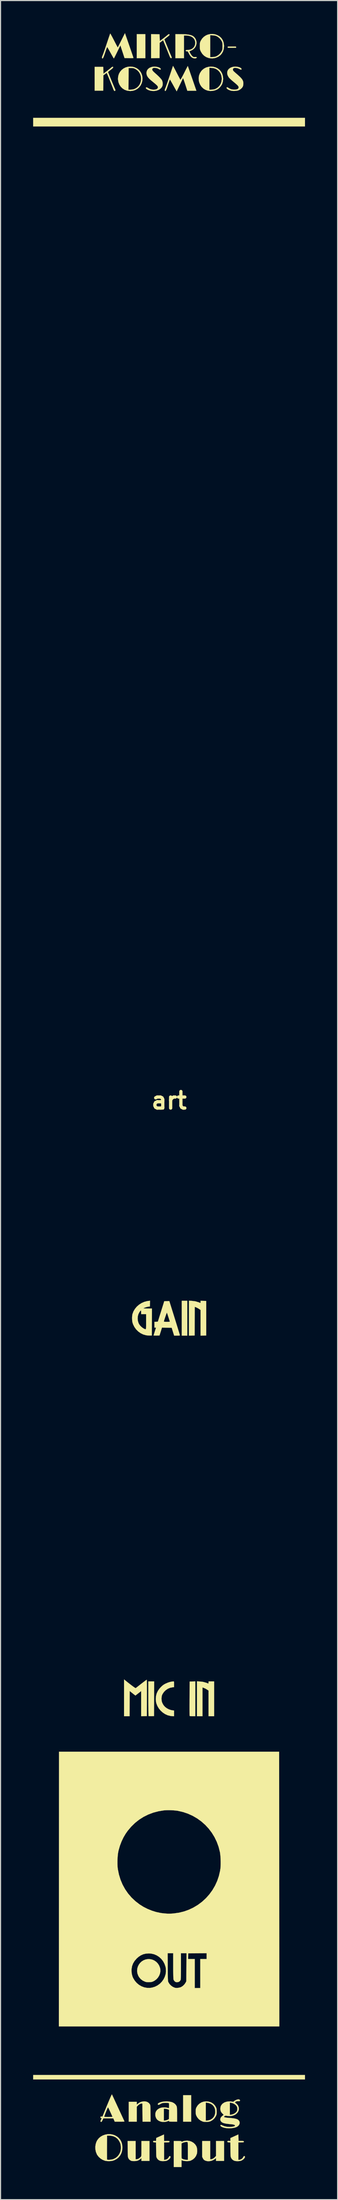
<source format=kicad_pcb>
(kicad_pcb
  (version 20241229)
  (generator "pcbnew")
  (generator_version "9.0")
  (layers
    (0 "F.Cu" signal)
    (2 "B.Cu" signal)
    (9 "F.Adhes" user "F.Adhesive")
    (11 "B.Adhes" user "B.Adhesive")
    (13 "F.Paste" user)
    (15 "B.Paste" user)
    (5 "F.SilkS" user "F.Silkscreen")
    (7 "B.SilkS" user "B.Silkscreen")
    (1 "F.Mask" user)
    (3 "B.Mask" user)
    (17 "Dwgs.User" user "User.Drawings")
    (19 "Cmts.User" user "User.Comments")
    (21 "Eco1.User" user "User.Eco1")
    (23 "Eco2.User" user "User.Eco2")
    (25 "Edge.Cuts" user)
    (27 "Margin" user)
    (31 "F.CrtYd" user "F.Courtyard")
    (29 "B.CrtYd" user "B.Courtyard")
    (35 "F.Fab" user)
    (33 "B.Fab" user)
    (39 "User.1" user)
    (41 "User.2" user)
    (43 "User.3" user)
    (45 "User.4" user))
  (footprint "art"
    (layer "F.Cu")
    (at 12.514 98.262)
    (property "Reference" "art" (at 0 0 0) (layer "F.SilkS") (effects (font (size 1.524 1.524) (thickness 0.3))))
    (attr through_hole)
    (fp_poly (pts (xy -2.187 -95.956) (xy -2.975 -95.956) (xy -2.975 -98.168) (xy -2.187 -98.168) (xy -2.187 -95.956)) (stroke (width 0.01) (type solid)) (fill yes) (layer "F.SilkS"))
    (fp_poly (pts (xy 1.678 21.637) (xy 1.17 21.637) (xy 1.17 18.433) (xy 1.678 18.433) (xy 1.678 21.637)) (stroke (width 0.01) (type solid)) (fill yes) (layer "F.SilkS"))
    (fp_poly (pts (xy 2.034 93.998) (xy 1.297 93.998) (xy 1.297 91.557) (xy 2.034 91.557) (xy 2.034 93.998)) (stroke (width 0.01) (type solid)) (fill yes) (layer "F.SilkS"))
    (fp_poly (pts (xy 12.509 -89.675) (xy -12.509 -89.675) (xy -12.509 -90.464) (xy 12.509 -90.464) (xy 12.509 -89.675)) (stroke (width 0.01) (type solid)) (fill yes) (layer "F.SilkS"))
    (fp_poly (pts (xy 12.509 90.108) (xy -12.509 90.108) (xy -12.509 89.701) (xy 12.509 89.701) (xy 12.509 90.108)) (stroke (width 0.01) (type solid)) (fill yes) (layer "F.SilkS"))
    (fp_poly (pts (xy 2.415 56.673) (xy 2.16 56.673) (xy 2.03 56.671) (xy 1.945 56.663) (xy 1.901 56.65) (xy 1.893 56.641) (xy 1.891 56.611) (xy 1.889 56.534) (xy 1.888 56.415) (xy 1.887 56.259) (xy 1.886 56.07) (xy 1.886 55.852) (xy 1.886 55.61) (xy 1.887 55.349) (xy 1.887 55.072) (xy 1.888 55.046) (xy 1.894 53.482) (xy 2.415 53.468) (xy 2.415 56.673)) (stroke (width 0.01) (type solid)) (fill yes) (layer "F.SilkS"))
    (fp_poly (pts (xy -1.379 55.065) (xy -1.386 56.661) (xy -1.628 56.668) (xy -1.735 56.669) (xy -1.822 56.667) (xy -1.877 56.661) (xy -1.889 56.657) (xy -1.892 56.629) (xy -1.895 56.555) (xy -1.898 56.438) (xy -1.9 56.284) (xy -1.903 56.097) (xy -1.904 55.88) (xy -1.906 55.639) (xy -1.907 55.378) (xy -1.907 55.101) (xy -1.907 55.055) (xy -1.907 53.47) (xy -1.373 53.47) (xy -1.379 55.065)) (stroke (width 0.01) (type solid)) (fill yes) (layer "F.SilkS"))
    (fp_poly (pts (xy 2.841 53.477) (xy 3.116 53.51) (xy 3.39 53.583) (xy 3.591 53.66) (xy 3.62 53.665) (xy 3.633 53.641) (xy 3.636 53.577) (xy 3.636 53.574) (xy 3.636 53.47) (xy 4.144 53.47) (xy 4.144 56.673) (xy 3.636 56.673) (xy 3.636 54.317) (xy 3.522 54.236) (xy 3.374 54.145) (xy 3.212 54.07) (xy 3.134 54.043) (xy 3.076 54.026) (xy 3.076 56.673) (xy 2.568 56.673) (xy 2.568 53.462) (xy 2.841 53.477)) (stroke (width 0.01) (type solid)) (fill yes) (layer "F.SilkS"))
    (fp_poly (pts (xy 3.788 97.456) (xy 3.872 97.456) (xy 3.959 97.437) (xy 4.062 97.387) (xy 4.165 97.315) (xy 4.252 97.23) (xy 4.253 97.229) (xy 4.322 97.147) (xy 4.322 95.778) (xy 5.06 95.778) (xy 5.06 97.608) (xy 4.322 97.608) (xy 4.322 97.35) (xy 4.219 97.432) (xy 4.055 97.535) (xy 3.874 97.603) (xy 3.687 97.635) (xy 3.504 97.628) (xy 3.338 97.581) (xy 3.312 97.569) (xy 3.224 97.517) (xy 3.164 97.456) (xy 3.116 97.373) (xy 3.051 97.242) (xy 3.051 95.778) (xy 3.788 95.778) (xy 3.788 97.456)) (stroke (width 0.01) (type solid)) (fill yes) (layer "F.SilkS"))
    (fp_poly (pts (xy 2.104 18.439) (xy 2.415 18.479) (xy 2.722 18.569) (xy 2.854 18.623) (xy 2.882 18.628) (xy 2.895 18.605) (xy 2.898 18.542) (xy 2.898 18.537) (xy 2.898 18.432) (xy 3.159 18.439) (xy 3.42 18.446) (xy 3.42 21.624) (xy 3.159 21.632) (xy 2.898 21.639) (xy 2.898 19.279) (xy 2.816 19.216) (xy 2.733 19.161) (xy 2.628 19.101) (xy 2.52 19.047) (xy 2.431 19.01) (xy 2.422 19.007) (xy 2.365 18.99) (xy 2.358 20.307) (xy 2.352 21.624) (xy 2.091 21.632) (xy 1.831 21.639) (xy 1.831 18.426) (xy 2.104 18.439)) (stroke (width 0.01) (type solid)) (fill yes) (layer "F.SilkS"))
    (fp_poly (pts (xy 5.909 -97.025) (xy 6.017 -97.025) (xy 6.098 -97.025) (xy 6.139 -97.024) (xy 6.14 -97.024) (xy 6.166 -97.005) (xy 6.179 -96.964) (xy 6.173 -96.928) (xy 6.159 -96.919) (xy 6.118 -96.917) (xy 6.041 -96.915) (xy 5.937 -96.914) (xy 5.82 -96.913) (xy 5.699 -96.913) (xy 5.587 -96.913) (xy 5.495 -96.914) (xy 5.434 -96.916) (xy 5.416 -96.917) (xy 5.393 -96.946) (xy 5.394 -96.989) (xy 5.415 -97.021) (xy 5.428 -97.024) (xy 5.467 -97.025) (xy 5.546 -97.025) (xy 5.653 -97.025) (xy 5.777 -97.025) (xy 5.784 -97.025) (xy 5.909 -97.025)) (stroke (width 0.01) (type solid)) (fill yes) (layer "F.SilkS"))
    (fp_poly (pts (xy -2.133 92.141) (xy -1.979 92.196) (xy -1.851 92.287) (xy -1.758 92.409) (xy -1.746 92.437) (xy -1.736 92.477) (xy -1.728 92.534) (xy -1.722 92.613) (xy -1.717 92.722) (xy -1.714 92.864) (xy -1.71 93.047) (xy -1.708 93.241) (xy -1.7 93.998) (xy -2.44 93.998) (xy -2.447 93.165) (xy -2.454 92.332) (xy -2.522 92.325) (xy -2.61 92.336) (xy -2.714 92.383) (xy -2.819 92.46) (xy -2.881 92.521) (xy -2.975 92.625) (xy -2.975 93.998) (xy -3.712 93.998) (xy -3.712 92.167) (xy -2.975 92.167) (xy -2.975 92.426) (xy -2.879 92.352) (xy -2.771 92.273) (xy -2.681 92.219) (xy -2.591 92.182) (xy -2.49 92.152) (xy -2.305 92.126) (xy -2.133 92.141)) (stroke (width 0.01) (type solid)) (fill yes) (layer "F.SilkS"))
    (fp_poly (pts (xy -1.8 79.029) (xy -1.578 79.069) (xy -1.373 79.153) (xy -1.19 79.276) (xy -1.035 79.434) (xy -0.914 79.622) (xy -0.833 79.833) (xy -0.811 79.931) (xy -0.799 80.141) (xy -0.833 80.35) (xy -0.91 80.55) (xy -1.025 80.735) (xy -1.174 80.896) (xy -1.353 81.027) (xy -1.419 81.062) (xy -1.507 81.102) (xy -1.583 81.128) (xy -1.666 81.142) (xy -1.773 81.149) (xy -1.829 81.151) (xy -1.971 81.152) (xy -2.078 81.144) (xy -2.168 81.124) (xy -2.2 81.114) (xy -2.422 81.01) (xy -2.607 80.872) (xy -2.756 80.698) (xy -2.837 80.559) (xy -2.913 80.349) (xy -2.944 80.138) (xy -2.93 79.93) (xy -2.878 79.732) (xy -2.789 79.548) (xy -2.667 79.383) (xy -2.517 79.244) (xy -2.341 79.135) (xy -2.143 79.061) (xy -1.928 79.028) (xy -1.8 79.029)) (stroke (width 0.01) (type solid)) (fill yes) (layer "F.SilkS"))
    (fp_poly (pts (xy -3.076 97.456) (xy -2.979 97.456) (xy -2.883 97.435) (xy -2.775 97.381) (xy -2.668 97.299) (xy -2.601 97.23) (xy -2.584 97.208) (xy -2.571 97.185) (xy -2.561 97.152) (xy -2.554 97.105) (xy -2.549 97.037) (xy -2.546 96.942) (xy -2.545 96.813) (xy -2.544 96.645) (xy -2.543 96.47) (xy -2.543 95.778) (xy -1.805 95.778) (xy -1.805 97.608) (xy -2.543 97.608) (xy -2.543 97.349) (xy -2.637 97.431) (xy -2.765 97.525) (xy -2.904 97.585) (xy -3.069 97.618) (xy -3.178 97.625) (xy -3.288 97.625) (xy -3.388 97.619) (xy -3.459 97.608) (xy -3.471 97.604) (xy -3.608 97.531) (xy -3.707 97.428) (xy -3.747 97.356) (xy -3.763 97.319) (xy -3.775 97.28) (xy -3.785 97.232) (xy -3.792 97.17) (xy -3.798 97.085) (xy -3.802 96.973) (xy -3.805 96.827) (xy -3.808 96.64) (xy -3.809 96.509) (xy -3.817 95.778) (xy -3.076 95.778) (xy -3.076 97.456)) (stroke (width 0.01) (type solid)) (fill yes) (layer "F.SilkS"))
    (fp_poly (pts (xy -4.036 53.373) (xy -3.816 53.55) (xy -3.62 53.705) (xy -3.449 53.835) (xy -3.307 53.941) (xy -3.196 54.019) (xy -3.118 54.068) (xy -3.075 54.087) (xy -3.069 54.086) (xy -3.041 54.064) (xy -2.979 54.015) (xy -2.889 53.945) (xy -2.776 53.857) (xy -2.648 53.756) (xy -2.562 53.689) (xy -2.427 53.585) (xy -2.305 53.492) (xy -2.201 53.414) (xy -2.122 53.357) (xy -2.073 53.323) (xy -2.06 53.317) (xy -2.054 53.34) (xy -2.049 53.41) (xy -2.045 53.526) (xy -2.042 53.69) (xy -2.04 53.903) (xy -2.039 54.164) (xy -2.039 54.475) (xy -2.04 54.836) (xy -2.04 54.989) (xy -2.047 56.661) (xy -2.307 56.668) (xy -2.568 56.675) (xy -2.568 54.355) (xy -2.74 54.489) (xy -2.833 54.562) (xy -2.924 54.633) (xy -2.995 54.69) (xy -3.004 54.697) (xy -3.097 54.771) (xy -3.36 54.563) (xy -3.623 54.355) (xy -3.63 55.514) (xy -3.636 56.673) (xy -4.144 56.673) (xy -4.144 53.286) (xy -4.036 53.373)) (stroke (width 0.01) (type solid)) (fill yes) (layer "F.SilkS"))
    (fp_poly (pts (xy 0.424 53.471) (xy 0.441 53.483) (xy 0.452 53.512) (xy 0.456 53.57) (xy 0.458 53.664) (xy 0.458 53.733) (xy 0.458 53.997) (xy 0.311 54.01) (xy 0.09 54.056) (xy -0.119 54.146) (xy -0.309 54.275) (xy -0.471 54.437) (xy -0.599 54.626) (xy -0.653 54.747) (xy -0.679 54.852) (xy -0.694 54.993) (xy -0.696 55.071) (xy -0.684 55.246) (xy -0.643 55.403) (xy -0.569 55.559) (xy -0.481 55.694) (xy -0.359 55.826) (xy -0.2 55.944) (xy -0.017 56.04) (xy 0.177 56.106) (xy 0.324 56.133) (xy 0.458 56.146) (xy 0.458 56.673) (xy 0.362 56.67) (xy 0.281 56.665) (xy 0.179 56.654) (xy 0.12 56.646) (xy -0.125 56.585) (xy -0.361 56.479) (xy -0.58 56.334) (xy -0.777 56.156) (xy -0.946 55.949) (xy -1.08 55.721) (xy -1.173 55.476) (xy -1.182 55.441) (xy -1.201 55.339) (xy -1.215 55.212) (xy -1.22 55.087) (xy -1.22 55.076) (xy -1.2 54.812) (xy -1.137 54.568) (xy -1.029 54.34) (xy -0.874 54.123) (xy -0.751 53.988) (xy -0.64 53.882) (xy -0.543 53.802) (xy -0.441 53.735) (xy -0.316 53.669) (xy -0.305 53.664) (xy -0.136 53.591) (xy 0.043 53.531) (xy 0.216 53.49) (xy 0.366 53.47) (xy 0.396 53.47) (xy 0.424 53.471)) (stroke (width 0.01) (type solid)) (fill yes) (layer "F.SilkS"))
    (fp_poly (pts (xy 4.067 -95.165) (xy 4.279 -95.11) (xy 4.476 -95.015) (xy 4.649 -94.882) (xy 4.661 -94.87) (xy 4.798 -94.699) (xy 4.897 -94.5) (xy 4.958 -94.283) (xy 4.979 -94.055) (xy 4.958 -93.827) (xy 4.895 -93.606) (xy 4.873 -93.555) (xy 4.792 -93.417) (xy 4.679 -93.279) (xy 4.55 -93.158) (xy 4.428 -93.075) (xy 4.23 -92.993) (xy 4.01 -92.946) (xy 3.784 -92.936) (xy 3.571 -92.965) (xy 3.351 -93.044) (xy 3.339 -93.051) (xy 3.712 -93.051) (xy 3.935 -93.062) (xy 4.069 -93.073) (xy 4.173 -93.093) (xy 4.267 -93.127) (xy 4.303 -93.143) (xy 4.487 -93.258) (xy 4.636 -93.408) (xy 4.749 -93.587) (xy 4.822 -93.791) (xy 4.852 -94.013) (xy 4.85 -94.134) (xy 4.815 -94.352) (xy 4.742 -94.542) (xy 4.627 -94.714) (xy 4.588 -94.758) (xy 4.436 -94.895) (xy 4.27 -94.988) (xy 4.081 -95.043) (xy 3.922 -95.061) (xy 3.712 -95.072) (xy 3.712 -93.051) (xy 3.339 -93.051) (xy 3.158 -93.163) (xy 2.995 -93.319) (xy 2.867 -93.508) (xy 2.778 -93.726) (xy 2.739 -93.898) (xy 2.726 -94.134) (xy 2.761 -94.363) (xy 2.842 -94.577) (xy 2.965 -94.77) (xy 3.043 -94.857) (xy 3.216 -94.997) (xy 3.413 -95.097) (xy 3.625 -95.159) (xy 3.846 -95.181) (xy 4.067 -95.165)) (stroke (width 0.01) (type solid)) (fill yes) (layer "F.SilkS"))
    (fp_poly (pts (xy -5.153 -95.149) (xy -5.15 -95.144) (xy -5.143 -95.113) (xy -5.161 -95.074) (xy -5.208 -95.022) (xy -5.289 -94.952) (xy -5.392 -94.871) (xy -5.483 -94.8) (xy -5.556 -94.741) (xy -5.604 -94.699) (xy -5.619 -94.682) (xy -5.61 -94.655) (xy -5.584 -94.588) (xy -5.543 -94.487) (xy -5.492 -94.359) (xy -5.432 -94.212) (xy -5.366 -94.051) (xy -5.298 -93.884) (xy -5.229 -93.717) (xy -5.162 -93.557) (xy -5.101 -93.41) (xy -5.048 -93.284) (xy -5.006 -93.185) (xy -4.978 -93.12) (xy -4.97 -93.103) (xy -4.943 -93.037) (xy -4.941 -92.995) (xy -4.957 -92.969) (xy -4.997 -92.934) (xy -5.033 -92.943) (xy -5.065 -92.974) (xy -5.104 -93.035) (xy -5.123 -93.082) (xy -5.136 -93.119) (xy -5.166 -93.195) (xy -5.208 -93.303) (xy -5.261 -93.437) (xy -5.322 -93.588) (xy -5.387 -93.751) (xy -5.453 -93.916) (xy -5.518 -94.078) (xy -5.579 -94.229) (xy -5.633 -94.36) (xy -5.677 -94.467) (xy -5.701 -94.525) (xy -5.736 -94.608) (xy -5.893 -94.491) (xy -6.05 -94.375) (xy -6.064 -92.968) (xy -6.852 -92.968) (xy -6.852 -95.155) (xy -6.064 -95.155) (xy -6.039 -94.528) (xy -5.733 -94.761) (xy -5.618 -94.85) (xy -5.509 -94.936) (xy -5.417 -95.011) (xy -5.353 -95.067) (xy -5.338 -95.08) (xy -5.259 -95.143) (xy -5.196 -95.167) (xy -5.153 -95.149)) (stroke (width 0.01) (type solid)) (fill yes) (layer "F.SilkS"))
    (fp_poly (pts (xy -3.348 -95.163) (xy -3.191 -95.124) (xy -2.985 -95.034) (xy -2.808 -94.906) (xy -2.662 -94.744) (xy -2.551 -94.556) (xy -2.478 -94.347) (xy -2.446 -94.122) (xy -2.46 -93.888) (xy -2.461 -93.88) (xy -2.524 -93.647) (xy -2.625 -93.441) (xy -2.762 -93.266) (xy -2.93 -93.125) (xy -3.122 -93.021) (xy -3.336 -92.956) (xy -3.565 -92.933) (xy -3.805 -92.957) (xy -3.891 -92.976) (xy -4.091 -93.052) (xy -3.738 -93.052) (xy -3.515 -93.061) (xy -3.383 -93.071) (xy -3.279 -93.09) (xy -3.182 -93.123) (xy -3.133 -93.144) (xy -2.953 -93.252) (xy -2.808 -93.39) (xy -2.697 -93.553) (xy -2.622 -93.732) (xy -2.582 -93.923) (xy -2.576 -94.119) (xy -2.605 -94.313) (xy -2.669 -94.499) (xy -2.767 -94.67) (xy -2.9 -94.82) (xy -3.067 -94.942) (xy -3.147 -94.984) (xy -3.235 -95.02) (xy -3.319 -95.041) (xy -3.418 -95.05) (xy -3.509 -95.052) (xy -3.725 -95.053) (xy -3.731 -94.052) (xy -3.738 -93.052) (xy -4.091 -93.052) (xy -4.105 -93.057) (xy -4.292 -93.178) (xy -4.448 -93.335) (xy -4.571 -93.522) (xy -4.655 -93.734) (xy -4.698 -93.966) (xy -4.703 -94.075) (xy -4.681 -94.306) (xy -4.615 -94.517) (xy -4.51 -94.705) (xy -4.372 -94.867) (xy -4.205 -94.999) (xy -4.015 -95.098) (xy -3.805 -95.161) (xy -3.581 -95.183) (xy -3.348 -95.163)) (stroke (width 0.01) (type solid)) (fill yes) (layer "F.SilkS"))
    (fp_poly (pts (xy -0.463 95.48) (xy -0.456 95.785) (xy -0.242 95.771) (xy -0.099 95.768) (xy -0.005 95.78) (xy 0.042 95.806) (xy 0.04 95.846) (xy 0.028 95.864) (xy -0.002 95.885) (xy -0.054 95.897) (xy -0.139 95.903) (xy -0.232 95.905) (xy -0.458 95.905) (xy -0.458 97.513) (xy -0.357 97.5) (xy -0.223 97.461) (xy -0.113 97.387) (xy -0.039 97.286) (xy -0.035 97.277) (xy 0.012 97.197) (xy 0.059 97.162) (xy 0.104 97.174) (xy 0.118 97.19) (xy 0.134 97.251) (xy 0.11 97.327) (xy 0.049 97.408) (xy -0.041 97.487) (xy -0.13 97.544) (xy -0.207 97.582) (xy -0.278 97.606) (xy -0.362 97.619) (xy -0.477 97.626) (xy -0.496 97.627) (xy -0.661 97.626) (xy -0.782 97.61) (xy -0.825 97.597) (xy -0.955 97.534) (xy -1.052 97.449) (xy -1.119 97.352) (xy -1.138 97.317) (xy -1.153 97.282) (xy -1.164 97.243) (xy -1.173 97.191) (xy -1.179 97.12) (xy -1.183 97.023) (xy -1.186 96.893) (xy -1.188 96.725) (xy -1.19 96.573) (xy -1.198 95.907) (xy -1.33 95.9) (xy -1.411 95.891) (xy -1.454 95.874) (xy -1.47 95.845) (xy -1.471 95.844) (xy -1.462 95.791) (xy -1.41 95.764) (xy -1.316 95.764) (xy -1.304 95.766) (xy -1.198 95.78) (xy -1.19 95.638) (xy -1.182 95.496) (xy -0.47 95.175) (xy -0.463 95.48)) (stroke (width 0.01) (type solid)) (fill yes) (layer "F.SilkS"))
    (fp_poly (pts (xy 6.394 95.765) (xy 6.611 95.765) (xy 6.737 95.768) (xy 6.821 95.778) (xy 6.869 95.796) (xy 6.889 95.825) (xy 6.89 95.84) (xy 6.88 95.869) (xy 6.845 95.888) (xy 6.778 95.899) (xy 6.672 95.904) (xy 6.596 95.905) (xy 6.382 95.905) (xy 6.382 97.507) (xy 6.452 97.506) (xy 6.552 97.488) (xy 6.654 97.442) (xy 6.74 97.38) (xy 6.783 97.327) (xy 6.826 97.255) (xy 6.869 97.193) (xy 6.87 97.192) (xy 6.904 97.156) (xy 6.93 97.158) (xy 6.956 97.181) (xy 6.984 97.217) (xy 6.983 97.26) (xy 6.967 97.302) (xy 6.91 97.39) (xy 6.82 97.477) (xy 6.711 97.551) (xy 6.616 97.594) (xy 6.51 97.618) (xy 6.377 97.63) (xy 6.237 97.63) (xy 6.11 97.619) (xy 6.023 97.599) (xy 5.878 97.526) (xy 5.77 97.422) (xy 5.717 97.335) (xy 5.698 97.296) (xy 5.684 97.257) (xy 5.673 97.211) (xy 5.666 97.151) (xy 5.66 97.071) (xy 5.656 96.962) (xy 5.652 96.82) (xy 5.65 96.636) (xy 5.649 96.559) (xy 5.64 95.905) (xy 5.543 95.905) (xy 5.443 95.898) (xy 5.385 95.875) (xy 5.365 95.835) (xy 5.365 95.827) (xy 5.387 95.782) (xy 5.448 95.76) (xy 5.542 95.764) (xy 5.554 95.766) (xy 5.644 95.783) (xy 5.644 95.506) (xy 6.38 95.173) (xy 6.394 95.765)) (stroke (width 0.01) (type solid)) (fill yes) (layer "F.SilkS"))
    (fp_poly (pts (xy -1.265 -98.162) (xy -0.877 -98.155) (xy -0.864 -97.844) (xy -0.852 -97.533) (xy -0.547 -97.764) (xy -0.431 -97.853) (xy -0.322 -97.938) (xy -0.23 -98.013) (xy -0.165 -98.068) (xy -0.151 -98.081) (xy -0.072 -98.144) (xy -0.009 -98.167) (xy 0.033 -98.149) (xy 0.037 -98.144) (xy 0.044 -98.114) (xy 0.028 -98.077) (xy -0.017 -98.028) (xy -0.094 -97.962) (xy -0.205 -97.876) (xy -0.296 -97.806) (xy -0.369 -97.746) (xy -0.417 -97.705) (xy -0.432 -97.688) (xy -0.423 -97.66) (xy -0.397 -97.592) (xy -0.357 -97.491) (xy -0.305 -97.363) (xy -0.246 -97.215) (xy -0.18 -97.055) (xy -0.112 -96.888) (xy -0.044 -96.722) (xy 0.022 -96.563) (xy 0.082 -96.418) (xy 0.134 -96.295) (xy 0.175 -96.199) (xy 0.202 -96.138) (xy 0.208 -96.125) (xy 0.241 -96.039) (xy 0.238 -95.982) (xy 0.2 -95.959) (xy 0.173 -95.96) (xy 0.126 -95.987) (xy 0.084 -96.056) (xy 0.073 -96.083) (xy 0.043 -96.157) (xy 0.000328 -96.263) (xy -0.053 -96.394) (xy -0.113 -96.544) (xy -0.178 -96.705) (xy -0.246 -96.871) (xy -0.312 -97.034) (xy -0.376 -97.19) (xy -0.433 -97.329) (xy -0.481 -97.447) (xy -0.518 -97.536) (xy -0.54 -97.589) (xy -0.545 -97.602) (xy -0.566 -97.591) (xy -0.618 -97.556) (xy -0.69 -97.504) (xy -0.707 -97.491) (xy -0.864 -97.375) (xy -0.87 -96.672) (xy -0.877 -95.968) (xy -1.265 -95.961) (xy -1.653 -95.954) (xy -1.653 -98.169) (xy -1.265 -98.162)) (stroke (width 0.01) (type solid)) (fill yes) (layer "F.SilkS"))
    (fp_poly (pts (xy 3.572 92.136) (xy 3.781 92.187) (xy 3.922 92.249) (xy 4.095 92.368) (xy 4.233 92.523) (xy 4.319 92.673) (xy 4.351 92.748) (xy 4.371 92.817) (xy 4.381 92.897) (xy 4.385 93.004) (xy 4.386 93.07) (xy 4.385 93.192) (xy 4.379 93.279) (xy 4.365 93.348) (xy 4.339 93.416) (xy 4.303 93.493) (xy 4.185 93.678) (xy 4.029 93.83) (xy 3.844 93.942) (xy 3.759 93.976) (xy 3.674 93.998) (xy 3.573 94.01) (xy 3.458 94.016) (xy 3.296 94.015) (xy 3.168 94.002) (xy 3.109 93.988) (xy 2.922 93.903) (xy 3.382 93.903) (xy 3.53 93.89) (xy 3.642 93.87) (xy 3.762 93.833) (xy 3.82 93.809) (xy 3.981 93.706) (xy 4.108 93.568) (xy 4.197 93.402) (xy 4.245 93.212) (xy 4.252 93.099) (xy 4.243 92.925) (xy 4.212 92.782) (xy 4.155 92.653) (xy 4.119 92.595) (xy 3.997 92.454) (xy 3.84 92.349) (xy 3.647 92.279) (xy 3.512 92.254) (xy 3.382 92.237) (xy 3.382 93.903) (xy 2.922 93.903) (xy 2.906 93.896) (xy 2.732 93.763) (xy 2.592 93.594) (xy 2.521 93.467) (xy 2.489 93.392) (xy 2.469 93.322) (xy 2.458 93.241) (xy 2.454 93.133) (xy 2.454 93.07) (xy 2.455 92.947) (xy 2.461 92.859) (xy 2.475 92.79) (xy 2.5 92.723) (xy 2.528 92.664) (xy 2.642 92.487) (xy 2.789 92.343) (xy 2.963 92.233) (xy 3.156 92.161) (xy 3.361 92.128) (xy 3.572 92.136)) (stroke (width 0.01) (type solid)) (fill yes) (layer "F.SilkS"))
    (fp_poly (pts (xy 1.023 -98.167) (xy 1.322 -98.163) (xy 1.574 -98.15) (xy 1.786 -98.126) (xy 1.962 -98.09) (xy 2.107 -98.041) (xy 2.224 -97.977) (xy 2.32 -97.895) (xy 2.399 -97.796) (xy 2.458 -97.691) (xy 2.516 -97.517) (xy 2.529 -97.339) (xy 2.498 -97.164) (xy 2.428 -97.001) (xy 2.321 -96.856) (xy 2.18 -96.736) (xy 2.01 -96.65) (xy 2.004 -96.648) (xy 1.935 -96.619) (xy 1.89 -96.59) (xy 1.881 -96.577) (xy 1.896 -96.521) (xy 1.934 -96.439) (xy 1.988 -96.345) (xy 2.05 -96.253) (xy 2.11 -96.176) (xy 2.14 -96.145) (xy 2.204 -96.091) (xy 2.255 -96.065) (xy 2.316 -96.059) (xy 2.381 -96.063) (xy 2.479 -96.064) (xy 2.538 -96.049) (xy 2.555 -96.02) (xy 2.527 -95.982) (xy 2.513 -95.971) (xy 2.42 -95.936) (xy 2.299 -95.941) (xy 2.202 -95.967) (xy 2.086 -96.03) (xy 1.98 -96.131) (xy 1.881 -96.277) (xy 1.826 -96.383) (xy 1.766 -96.497) (xy 1.72 -96.565) (xy 1.686 -96.589) (xy 1.682 -96.589) (xy 1.594 -96.589) (xy 1.546 -96.612) (xy 1.534 -96.632) (xy 1.533 -96.673) (xy 1.572 -96.7) (xy 1.653 -96.714) (xy 1.756 -96.718) (xy 1.939 -96.741) (xy 2.099 -96.807) (xy 2.231 -96.909) (xy 2.33 -97.042) (xy 2.392 -97.202) (xy 2.411 -97.381) (xy 2.408 -97.434) (xy 2.37 -97.605) (xy 2.288 -97.751) (xy 2.168 -97.87) (xy 2.012 -97.96) (xy 1.823 -98.017) (xy 1.605 -98.04) (xy 1.572 -98.04) (xy 1.373 -98.04) (xy 1.373 -95.956) (xy 0.585 -95.956) (xy 0.585 -98.168) (xy 1.023 -98.167)) (stroke (width 0.01) (type solid)) (fill yes) (layer "F.SilkS"))
    (fp_poly (pts (xy -5.193 95.183) (xy -4.977 95.258) (xy -4.78 95.372) (xy -4.643 95.488) (xy -4.495 95.665) (xy -4.389 95.86) (xy -4.324 96.079) (xy -4.298 96.327) (xy -4.297 96.389) (xy -4.32 96.646) (xy -4.386 96.882) (xy -4.493 97.093) (xy -4.639 97.275) (xy -4.819 97.425) (xy -5.032 97.538) (xy -5.201 97.595) (xy -5.348 97.62) (xy -5.52 97.63) (xy -5.694 97.625) (xy -5.849 97.604) (xy -5.892 97.594) (xy -6.106 97.513) (xy -6.304 97.391) (xy -6.477 97.237) (xy -6.613 97.059) (xy -6.642 97.009) (xy -6.724 96.808) (xy -5.716 96.808) (xy -5.716 97.003) (xy -5.715 97.171) (xy -5.714 97.308) (xy -5.712 97.408) (xy -5.709 97.466) (xy -5.708 97.478) (xy -5.676 97.496) (xy -5.606 97.505) (xy -5.509 97.504) (xy -5.398 97.495) (xy -5.284 97.479) (xy -5.179 97.456) (xy -5.111 97.434) (xy -4.908 97.329) (xy -4.736 97.184) (xy -4.596 97) (xy -4.498 96.801) (xy -4.458 96.655) (xy -4.438 96.482) (xy -4.438 96.3) (xy -4.456 96.127) (xy -4.494 95.982) (xy -4.497 95.975) (xy -4.607 95.755) (xy -4.747 95.576) (xy -4.915 95.439) (xy -5.111 95.345) (xy -5.332 95.293) (xy -5.479 95.284) (xy -5.708 95.282) (xy -5.715 96.362) (xy -5.716 96.593) (xy -5.716 96.808) (xy -6.724 96.808) (xy -6.731 96.792) (xy -6.78 96.559) (xy -6.79 96.318) (xy -6.76 96.082) (xy -6.691 95.859) (xy -6.606 95.695) (xy -6.463 95.516) (xy -6.289 95.371) (xy -6.09 95.261) (xy -5.874 95.186) (xy -5.648 95.148) (xy -5.419 95.147) (xy -5.193 95.183)) (stroke (width 0.01) (type solid)) (fill yes) (layer "F.SilkS"))
    (fp_poly (pts (xy 0.124 18.782) (xy 0.268 19.243) (xy 0.398 19.657) (xy 0.513 20.026) (xy 0.614 20.351) (xy 0.702 20.635) (xy 0.777 20.879) (xy 0.84 21.084) (xy 0.892 21.252) (xy 0.932 21.385) (xy 0.961 21.484) (xy 0.981 21.552) (xy 0.99 21.59) (xy 0.992 21.598) (xy 0.984 21.616) (xy 0.954 21.628) (xy 0.895 21.634) (xy 0.797 21.637) (xy 0.73 21.637) (xy 0.468 21.637) (xy 0.241 20.912) (xy -0.206 20.905) (xy -0.652 20.899) (xy -0.881 21.624) (xy -1.153 21.632) (xy -1.263 21.633) (xy -1.352 21.63) (xy -1.408 21.625) (xy -1.423 21.619) (xy -1.416 21.589) (xy -1.396 21.519) (xy -1.365 21.42) (xy -1.327 21.3) (xy -1.311 21.249) (xy -1.2 20.9) (xy -1.348 20.9) (xy -1.348 20.368) (xy -1.03 20.353) (xy -1.029 20.35) (xy -0.483 20.35) (xy -0.459 20.356) (xy -0.395 20.361) (xy -0.3 20.365) (xy -0.201 20.366) (xy -0.076 20.365) (xy 0.005 20.361) (xy 0.051 20.354) (xy 0.069 20.342) (xy 0.068 20.329) (xy 0.056 20.293) (xy 0.031 20.218) (xy -0.002 20.113) (xy -0.042 19.988) (xy -0.065 19.916) (xy -0.107 19.785) (xy -0.144 19.671) (xy -0.175 19.584) (xy -0.195 19.531) (xy -0.201 19.52) (xy -0.213 19.538) (xy -0.236 19.595) (xy -0.269 19.683) (xy -0.307 19.79) (xy -0.348 19.91) (xy -0.389 20.031) (xy -0.426 20.145) (xy -0.456 20.242) (xy -0.476 20.314) (xy -0.483 20.35) (xy -1.029 20.35) (xy -0.737 19.412) (xy -0.444 18.472) (xy -0.21 18.464) (xy 0.023 18.457) (xy 0.124 18.782)) (stroke (width 0.01) (type solid)) (fill yes) (layer "F.SilkS"))
    (fp_poly (pts (xy -1.76 18.691) (xy -1.767 18.955) (xy -1.908 18.972) (xy -2.001 18.989) (xy -2.104 19.016) (xy -2.204 19.048) (xy -2.288 19.081) (xy -2.342 19.111) (xy -2.353 19.122) (xy -2.334 19.131) (xy -2.27 19.138) (xy -2.166 19.143) (xy -2.027 19.145) (xy -1.972 19.145) (xy -1.576 19.145) (xy -1.582 20.385) (xy -1.589 21.624) (xy -1.767 21.629) (xy -1.891 21.626) (xy -2.03 21.614) (xy -2.127 21.6) (xy -2.381 21.528) (xy -2.62 21.411) (xy -2.838 21.256) (xy -3.029 21.066) (xy -3.188 20.847) (xy -3.309 20.606) (xy -3.369 20.424) (xy -3.392 20.296) (xy -3.403 20.139) (xy -3.404 20.069) (xy -2.894 20.069) (xy -2.872 20.282) (xy -2.809 20.484) (xy -2.758 20.585) (xy -2.667 20.711) (xy -2.547 20.833) (xy -2.417 20.936) (xy -2.329 20.988) (xy -2.265 21.019) (xy -2.216 21.042) (xy -2.178 21.051) (xy -2.15 21.042) (xy -2.131 21.01) (xy -2.119 20.951) (xy -2.113 20.859) (xy -2.11 20.731) (xy -2.11 20.561) (xy -2.11 20.353) (xy -2.11 19.654) (xy -2.568 19.654) (xy -2.568 19.473) (xy -2.57 19.378) (xy -2.581 19.327) (xy -2.603 19.32) (xy -2.642 19.356) (xy -2.701 19.435) (xy -2.727 19.472) (xy -2.821 19.653) (xy -2.878 19.855) (xy -2.894 20.069) (xy -3.404 20.069) (xy -3.405 19.97) (xy -3.395 19.81) (xy -3.375 19.677) (xy -3.369 19.655) (xy -3.278 19.407) (xy -3.143 19.178) (xy -2.97 18.97) (xy -2.765 18.79) (xy -2.534 18.642) (xy -2.282 18.53) (xy -2.015 18.459) (xy -1.912 18.445) (xy -1.752 18.427) (xy -1.76 18.691)) (stroke (width 0.01) (type solid)) (fill yes) (layer "F.SilkS"))
    (fp_poly (pts (xy 4.259 -98.144) (xy 4.459 -98.071) (xy 4.658 -97.953) (xy 4.817 -97.802) (xy 4.938 -97.619) (xy 5.017 -97.408) (xy 5.056 -97.167) (xy 5.06 -97.058) (xy 5.037 -96.813) (xy 4.971 -96.591) (xy 4.864 -96.395) (xy 4.72 -96.229) (xy 4.54 -96.096) (xy 4.327 -96) (xy 4.218 -95.969) (xy 4.007 -95.936) (xy 3.804 -95.943) (xy 3.636 -95.976) (xy 3.437 -96.051) (xy 3.788 -96.051) (xy 4.013 -96.062) (xy 4.142 -96.071) (xy 4.24 -96.089) (xy 4.328 -96.119) (xy 4.388 -96.146) (xy 4.566 -96.26) (xy 4.72 -96.412) (xy 4.838 -96.59) (xy 4.845 -96.604) (xy 4.877 -96.673) (xy 4.898 -96.732) (xy 4.911 -96.796) (xy 4.918 -96.877) (xy 4.92 -96.989) (xy 4.92 -97.062) (xy 4.919 -97.196) (xy 4.915 -97.292) (xy 4.905 -97.365) (xy 4.888 -97.427) (xy 4.862 -97.491) (xy 4.851 -97.513) (xy 4.757 -97.666) (xy 4.629 -97.808) (xy 4.481 -97.926) (xy 4.379 -97.983) (xy 4.277 -98.023) (xy 4.17 -98.047) (xy 4.036 -98.06) (xy 4.011 -98.061) (xy 3.788 -98.072) (xy 3.788 -96.051) (xy 3.437 -96.051) (xy 3.417 -96.059) (xy 3.225 -96.184) (xy 3.063 -96.349) (xy 2.933 -96.551) (xy 2.916 -96.586) (xy 2.882 -96.66) (xy 2.859 -96.721) (xy 2.845 -96.784) (xy 2.838 -96.86) (xy 2.835 -96.964) (xy 2.835 -97.075) (xy 2.836 -97.209) (xy 2.839 -97.305) (xy 2.847 -97.376) (xy 2.862 -97.436) (xy 2.887 -97.497) (xy 2.92 -97.565) (xy 3.042 -97.759) (xy 3.198 -97.919) (xy 3.381 -98.044) (xy 3.585 -98.131) (xy 3.803 -98.178) (xy 4.03 -98.183) (xy 4.259 -98.144)) (stroke (width 0.01) (type solid)) (fill yes) (layer "F.SilkS"))
    (fp_poly (pts (xy 1.898 95.774) (xy 2.091 95.846) (xy 2.264 95.954) (xy 2.407 96.094) (xy 2.515 96.262) (xy 2.523 96.281) (xy 2.565 96.416) (xy 2.587 96.579) (xy 2.589 96.75) (xy 2.569 96.911) (xy 2.557 96.962) (xy 2.475 97.159) (xy 2.353 97.331) (xy 2.194 97.47) (xy 2.006 97.572) (xy 1.937 97.597) (xy 1.825 97.62) (xy 1.684 97.629) (xy 1.533 97.626) (xy 1.39 97.611) (xy 1.272 97.584) (xy 1.239 97.572) (xy 1.144 97.531) (xy 1.144 98.168) (xy 0.432 98.168) (xy 0.432 96.006) (xy 1.144 96.006) (xy 1.144 96.692) (xy 1.144 96.896) (xy 1.145 97.055) (xy 1.146 97.176) (xy 1.149 97.263) (xy 1.154 97.323) (xy 1.161 97.361) (xy 1.171 97.385) (xy 1.185 97.398) (xy 1.201 97.408) (xy 1.35 97.467) (xy 1.519 97.5) (xy 1.595 97.505) (xy 1.729 97.507) (xy 1.729 96.695) (xy 1.729 96.47) (xy 1.728 96.291) (xy 1.727 96.153) (xy 1.725 96.049) (xy 1.721 95.975) (xy 1.716 95.926) (xy 1.708 95.895) (xy 1.698 95.878) (xy 1.686 95.869) (xy 1.676 95.866) (xy 1.612 95.861) (xy 1.518 95.87) (xy 1.411 95.891) (xy 1.31 95.92) (xy 1.232 95.953) (xy 1.223 95.958) (xy 1.144 96.006) (xy 0.432 96.006) (xy 0.432 95.778) (xy 0.788 95.778) (xy 0.932 95.778) (xy 1.032 95.781) (xy 1.096 95.787) (xy 1.13 95.796) (xy 1.143 95.81) (xy 1.144 95.816) (xy 1.149 95.846) (xy 1.171 95.85) (xy 1.222 95.828) (xy 1.244 95.817) (xy 1.308 95.793) (xy 1.399 95.769) (xy 1.477 95.754) (xy 1.69 95.742) (xy 1.898 95.774)) (stroke (width 0.01) (type solid)) (fill yes) (layer "F.SilkS"))
    (fp_poly (pts (xy -1.224 -95.173) (xy -1.088 -95.15) (xy -0.965 -95.115) (xy -0.863 -95.07) (xy -0.794 -95.018) (xy -0.767 -94.968) (xy -0.775 -94.916) (xy -0.813 -94.9) (xy -0.879 -94.92) (xy -0.928 -94.949) (xy -1.07 -95.023) (xy -1.23 -95.06) (xy -1.339 -95.066) (xy -1.424 -95.061) (xy -1.477 -95.044) (xy -1.517 -95.007) (xy -1.522 -95.001) (xy -1.553 -94.94) (xy -1.55 -94.876) (xy -1.511 -94.801) (xy -1.431 -94.711) (xy -1.339 -94.626) (xy -1.132 -94.441) (xy -0.958 -94.276) (xy -0.819 -94.133) (xy -0.716 -94.014) (xy -0.654 -93.922) (xy -0.648 -93.912) (xy -0.604 -93.781) (xy -0.584 -93.633) (xy -0.591 -93.487) (xy -0.62 -93.377) (xy -0.706 -93.235) (xy -0.83 -93.118) (xy -0.986 -93.027) (xy -1.167 -92.966) (xy -1.364 -92.936) (xy -1.571 -92.94) (xy -1.758 -92.975) (xy -1.886 -93.018) (xy -1.996 -93.071) (xy -2.08 -93.127) (xy -2.128 -93.182) (xy -2.136 -93.211) (xy -2.12 -93.262) (xy -2.074 -93.275) (xy -2.003 -93.25) (xy -1.95 -93.216) (xy -1.777 -93.12) (xy -1.582 -93.068) (xy -1.42 -93.057) (xy -1.26 -93.069) (xy -1.142 -93.106) (xy -1.066 -93.169) (xy -1.042 -93.21) (xy -1.027 -93.259) (xy -1.025 -93.305) (xy -1.042 -93.355) (xy -1.08 -93.412) (xy -1.145 -93.481) (xy -1.238 -93.566) (xy -1.365 -93.673) (xy -1.515 -93.796) (xy -1.689 -93.941) (xy -1.824 -94.065) (xy -1.924 -94.176) (xy -1.996 -94.279) (xy -2.043 -94.38) (xy -2.07 -94.486) (xy -2.077 -94.53) (xy -2.073 -94.693) (xy -2.024 -94.839) (xy -1.932 -94.965) (xy -1.801 -95.065) (xy -1.634 -95.138) (xy -1.492 -95.171) (xy -1.362 -95.181) (xy -1.224 -95.173)) (stroke (width 0.01) (type solid)) (fill yes) (layer "F.SilkS"))
    (fp_poly (pts (xy 6.2 -95.176) (xy 6.332 -95.156) (xy 6.452 -95.123) (xy 6.554 -95.081) (xy 6.628 -95.031) (xy 6.668 -94.977) (xy 6.666 -94.922) (xy 6.661 -94.912) (xy 6.641 -94.896) (xy 6.607 -94.9) (xy 6.547 -94.926) (xy 6.481 -94.961) (xy 6.358 -95.016) (xy 6.229 -95.052) (xy 6.106 -95.067) (xy 6.002 -95.061) (xy 5.929 -95.032) (xy 5.924 -95.027) (xy 5.882 -94.958) (xy 5.878 -94.873) (xy 5.909 -94.797) (xy 5.94 -94.763) (xy 6.003 -94.704) (xy 6.089 -94.625) (xy 6.19 -94.536) (xy 6.246 -94.487) (xy 6.424 -94.33) (xy 6.564 -94.197) (xy 6.67 -94.08) (xy 6.747 -93.974) (xy 6.797 -93.874) (xy 6.827 -93.773) (xy 6.838 -93.666) (xy 6.839 -93.624) (xy 6.826 -93.467) (xy 6.792 -93.348) (xy 6.723 -93.242) (xy 6.62 -93.138) (xy 6.498 -93.05) (xy 6.392 -92.997) (xy 6.273 -92.966) (xy 6.124 -92.947) (xy 5.965 -92.939) (xy 5.816 -92.946) (xy 5.708 -92.964) (xy 5.571 -93.007) (xy 5.455 -93.06) (xy 5.366 -93.118) (xy 5.309 -93.176) (xy 5.292 -93.23) (xy 5.31 -93.267) (xy 5.343 -93.283) (xy 5.391 -93.266) (xy 5.41 -93.255) (xy 5.537 -93.178) (xy 5.638 -93.126) (xy 5.726 -93.093) (xy 5.817 -93.075) (xy 5.925 -93.065) (xy 5.962 -93.064) (xy 6.129 -93.066) (xy 6.252 -93.088) (xy 6.337 -93.133) (xy 6.387 -93.201) (xy 6.392 -93.214) (xy 6.404 -93.266) (xy 6.398 -93.318) (xy 6.372 -93.374) (xy 6.32 -93.441) (xy 6.24 -93.521) (xy 6.127 -93.621) (xy 5.977 -93.746) (xy 5.961 -93.76) (xy 5.784 -93.907) (xy 5.644 -94.034) (xy 5.541 -94.137) (xy 5.483 -94.208) (xy 5.392 -94.378) (xy 5.35 -94.543) (xy 5.355 -94.699) (xy 5.404 -94.84) (xy 5.496 -94.963) (xy 5.629 -95.064) (xy 5.8 -95.137) (xy 5.931 -95.168) (xy 6.064 -95.181) (xy 6.2 -95.176)) (stroke (width 0.01) (type solid)) (fill yes) (layer "F.SilkS"))
    (fp_poly (pts (xy -4.017 -98.129) (xy -3.88 -97.736) (xy -3.76 -97.389) (xy -3.655 -97.086) (xy -3.565 -96.824) (xy -3.488 -96.602) (xy -3.425 -96.418) (xy -3.374 -96.268) (xy -3.335 -96.153) (xy -3.307 -96.068) (xy -3.289 -96.012) (xy -3.281 -95.984) (xy -3.28 -95.979) (xy -3.305 -95.97) (xy -3.376 -95.963) (xy -3.491 -95.96) (xy -3.645 -95.961) (xy -3.689 -95.961) (xy -4.099 -95.968) (xy -4.291 -96.553) (xy -4.483 -97.138) (xy -4.776 -96.534) (xy -4.855 -96.373) (xy -4.927 -96.228) (xy -4.988 -96.106) (xy -5.037 -96.011) (xy -5.07 -95.951) (xy -5.084 -95.931) (xy -5.099 -95.952) (xy -5.136 -96.012) (xy -5.19 -96.104) (xy -5.257 -96.222) (xy -5.335 -96.36) (xy -5.386 -96.452) (xy -5.468 -96.6) (xy -5.543 -96.732) (xy -5.607 -96.843) (xy -5.656 -96.926) (xy -5.686 -96.974) (xy -5.694 -96.984) (xy -5.707 -96.965) (xy -5.733 -96.904) (xy -5.77 -96.809) (xy -5.813 -96.687) (xy -5.862 -96.545) (xy -5.871 -96.517) (xy -5.937 -96.322) (xy -5.99 -96.171) (xy -6.034 -96.061) (xy -6.069 -95.987) (xy -6.1 -95.945) (xy -6.126 -95.93) (xy -6.152 -95.938) (xy -6.161 -95.947) (xy -6.178 -95.997) (xy -6.167 -96.078) (xy -6.131 -96.179) (xy -6.118 -96.204) (xy -6.097 -96.255) (xy -6.062 -96.348) (xy -6.015 -96.477) (xy -5.959 -96.637) (xy -5.896 -96.82) (xy -5.828 -97.021) (xy -5.757 -97.233) (xy -5.747 -97.265) (xy -5.677 -97.474) (xy -5.612 -97.667) (xy -5.554 -97.84) (xy -5.504 -97.987) (xy -5.463 -98.104) (xy -5.435 -98.183) (xy -5.42 -98.221) (xy -5.419 -98.223) (xy -5.403 -98.207) (xy -5.368 -98.151) (xy -5.317 -98.061) (xy -5.253 -97.943) (xy -5.179 -97.803) (xy -5.113 -97.677) (xy -5.031 -97.516) (xy -4.953 -97.366) (xy -4.884 -97.235) (xy -4.828 -97.128) (xy -4.788 -97.054) (xy -4.772 -97.026) (xy -4.72 -96.94) (xy -4.391 -97.598) (xy -4.061 -98.257) (xy -4.017 -98.129)) (stroke (width 0.01) (type solid)) (fill yes) (layer "F.SilkS"))
    (fp_poly (pts (xy 0.405 -95.176) (xy 0.428 -95.134) (xy 0.471 -95.053) (xy 0.53 -94.942) (xy 0.6 -94.807) (xy 0.678 -94.655) (xy 0.735 -94.544) (xy 0.815 -94.389) (xy 0.888 -94.249) (xy 0.951 -94.13) (xy 1 -94.038) (xy 1.032 -93.981) (xy 1.042 -93.964) (xy 1.058 -93.98) (xy 1.094 -94.036) (xy 1.146 -94.127) (xy 1.211 -94.248) (xy 1.287 -94.392) (xy 1.37 -94.554) (xy 1.389 -94.591) (xy 1.473 -94.757) (xy 1.549 -94.907) (xy 1.615 -95.035) (xy 1.668 -95.136) (xy 1.704 -95.204) (xy 1.721 -95.233) (xy 1.722 -95.233) (xy 1.726 -95.226) (xy 1.734 -95.206) (xy 1.747 -95.169) (xy 1.767 -95.113) (xy 1.795 -95.035) (xy 1.831 -94.93) (xy 1.877 -94.797) (xy 1.935 -94.632) (xy 2.004 -94.432) (xy 2.087 -94.194) (xy 2.184 -93.914) (xy 2.296 -93.59) (xy 2.315 -93.534) (xy 2.515 -92.955) (xy 1.682 -92.955) (xy 1.5 -93.521) (xy 1.447 -93.682) (xy 1.399 -93.827) (xy 1.358 -93.949) (xy 1.325 -94.041) (xy 1.304 -94.095) (xy 1.298 -94.107) (xy 1.278 -94.098) (xy 1.248 -94.052) (xy 1.226 -94.006) (xy 1.199 -93.946) (xy 1.154 -93.849) (xy 1.095 -93.725) (xy 1.027 -93.581) (xy 0.953 -93.429) (xy 0.936 -93.393) (xy 0.699 -92.903) (xy 0.394 -93.451) (xy 0.31 -93.601) (xy 0.233 -93.736) (xy 0.168 -93.849) (xy 0.118 -93.934) (xy 0.086 -93.985) (xy 0.076 -93.997) (xy 0.065 -93.974) (xy 0.041 -93.909) (xy 0.006 -93.811) (xy -0.037 -93.685) (xy -0.085 -93.54) (xy -0.099 -93.5) (xy -0.161 -93.312) (xy -0.212 -93.168) (xy -0.253 -93.063) (xy -0.288 -92.993) (xy -0.317 -92.952) (xy -0.344 -92.936) (xy -0.365 -92.937) (xy -0.396 -92.971) (xy -0.397 -93.039) (xy -0.369 -93.131) (xy -0.348 -93.176) (xy -0.327 -93.227) (xy -0.292 -93.32) (xy -0.245 -93.45) (xy -0.188 -93.61) (xy -0.124 -93.794) (xy -0.055 -93.997) (xy 0.017 -94.213) (xy 0.037 -94.273) (xy 0.362 -95.248) (xy 0.405 -95.176)) (stroke (width 0.01) (type solid)) (fill yes) (layer "F.SilkS"))
    (fp_poly (pts (xy -5.261 91.485) (xy -5.247 91.514) (xy -5.214 91.585) (xy -5.163 91.693) (xy -5.098 91.834) (xy -5.019 92.003) (xy -4.93 92.196) (xy -4.832 92.408) (xy -4.727 92.636) (xy -4.691 92.714) (xy -4.583 92.946) (xy -4.482 93.164) (xy -4.389 93.365) (xy -4.306 93.544) (xy -4.236 93.696) (xy -4.179 93.818) (xy -4.139 93.903) (xy -4.118 93.948) (xy -4.115 93.953) (xy -4.11 93.969) (xy -4.117 93.981) (xy -4.144 93.989) (xy -4.197 93.994) (xy -4.283 93.996) (xy -4.407 93.998) (xy -4.546 93.998) (xy -5 93.998) (xy -5.066 93.845) (xy -5.132 93.693) (xy -6.054 93.693) (xy -6.119 93.839) (xy -6.171 93.945) (xy -6.215 94.004) (xy -6.255 94.021) (xy -6.294 93.998) (xy -6.304 93.987) (xy -6.317 93.955) (xy -6.307 93.907) (xy -6.27 93.83) (xy -6.269 93.828) (xy -6.227 93.747) (xy -6.209 93.699) (xy -6.215 93.676) (xy -6.244 93.665) (xy -6.261 93.663) (xy -6.306 93.641) (xy -6.318 93.591) (xy -6.312 93.549) (xy -6.291 93.536) (xy -5.967 93.536) (xy -5.964 93.55) (xy -5.926 93.556) (xy -5.851 93.56) (xy -5.75 93.563) (xy -5.635 93.563) (xy -5.515 93.563) (xy -5.403 93.56) (xy -5.307 93.556) (xy -5.24 93.551) (xy -5.212 93.545) (xy -5.212 93.544) (xy -5.222 93.515) (xy -5.251 93.449) (xy -5.292 93.355) (xy -5.343 93.243) (xy -5.4 93.12) (xy -5.457 92.996) (xy -5.511 92.881) (xy -5.559 92.782) (xy -5.595 92.71) (xy -5.615 92.672) (xy -5.617 92.669) (xy -5.631 92.686) (xy -5.661 92.743) (xy -5.703 92.833) (xy -5.753 92.95) (xy -5.81 93.087) (xy -5.813 93.095) (xy -5.876 93.254) (xy -5.923 93.384) (xy -5.954 93.48) (xy -5.967 93.536) (xy -6.291 93.536) (xy -6.284 93.532) (xy -6.227 93.53) (xy -6.135 93.533) (xy -5.707 92.492) (xy -5.606 92.248) (xy -5.515 92.032) (xy -5.436 91.848) (xy -5.37 91.698) (xy -5.318 91.585) (xy -5.282 91.514) (xy -5.263 91.485) (xy -5.261 91.485)) (stroke (width 0.01) (type solid)) (fill yes) (layer "F.SilkS"))
    (fp_poly (pts (xy -0.039 92.14) (xy 0.076 92.158) (xy 0.184 92.18) (xy 0.266 92.201) (xy 0.278 92.205) (xy 0.439 92.283) (xy 0.572 92.39) (xy 0.668 92.518) (xy 0.712 92.624) (xy 0.719 92.674) (xy 0.725 92.766) (xy 0.73 92.894) (xy 0.734 93.048) (xy 0.737 93.22) (xy 0.737 93.356) (xy 0.737 93.998) (xy 0.369 93.998) (xy 0.225 93.997) (xy 0.124 93.995) (xy 0.059 93.991) (xy 0.021 93.983) (xy 0.004 93.971) (xy 0.000046 93.953) (xy 0 93.95) (xy -0.003 93.925) (xy -0.019 93.917) (xy -0.06 93.928) (xy -0.135 93.957) (xy -0.146 93.962) (xy -0.292 94.003) (xy -0.461 94.021) (xy -0.63 94.016) (xy -0.775 93.988) (xy -0.956 93.911) (xy -0.967 93.903) (xy -0.483 93.903) (xy -0.354 93.888) (xy -0.252 93.866) (xy -0.149 93.829) (xy -0.119 93.814) (xy -0.013 93.755) (xy -0.006 93.329) (xy 0.001 92.902) (xy -0.095 92.862) (xy -0.177 92.837) (xy -0.28 92.816) (xy -0.337 92.809) (xy -0.483 92.796) (xy -0.483 93.903) (xy -0.967 93.903) (xy -1.093 93.809) (xy -1.189 93.677) (xy -1.247 93.514) (xy -1.266 93.382) (xy -1.257 93.204) (xy -1.202 93.048) (xy -1.102 92.914) (xy -0.957 92.803) (xy -0.848 92.748) (xy -0.708 92.705) (xy -0.54 92.683) (xy -0.364 92.683) (xy -0.2 92.706) (xy -0.182 92.711) (xy -0.098 92.732) (xy -0.037 92.747) (xy -0.011 92.752) (xy -0.006 92.728) (xy -0.002 92.665) (xy -0.000266 92.574) (xy 0 92.524) (xy -0.001 92.415) (xy -0.004 92.347) (xy -0.014 92.309) (xy -0.032 92.289) (xy -0.063 92.278) (xy -0.07 92.276) (xy -0.151 92.264) (xy -0.264 92.259) (xy -0.39 92.261) (xy -0.511 92.27) (xy -0.609 92.286) (xy -0.626 92.29) (xy -0.718 92.325) (xy -0.81 92.374) (xy -0.824 92.383) (xy -0.914 92.432) (xy -0.984 92.444) (xy -1.028 92.42) (xy -1.034 92.408) (xy -1.031 92.353) (xy -0.984 92.3) (xy -0.9 92.25) (xy -0.787 92.207) (xy -0.651 92.171) (xy -0.5 92.145) (xy -0.34 92.13) (xy -0.178 92.129) (xy -0.039 92.14)) (stroke (width 0.01) (type solid)) (fill yes) (layer "F.SilkS"))
    (fp_poly (pts (xy 6.442 91.949) (xy 6.502 91.981) (xy 6.522 92.014) (xy 6.529 92.072) (xy 6.501 92.104) (xy 6.434 92.113) (xy 6.372 92.109) (xy 6.235 92.114) (xy 6.129 92.156) (xy 6.082 92.199) (xy 6.073 92.226) (xy 6.094 92.258) (xy 6.153 92.305) (xy 6.164 92.313) (xy 6.245 92.385) (xy 6.32 92.472) (xy 6.343 92.507) (xy 6.409 92.662) (xy 6.429 92.816) (xy 6.406 92.963) (xy 6.344 93.099) (xy 6.249 93.221) (xy 6.123 93.325) (xy 5.971 93.406) (xy 5.797 93.46) (xy 5.606 93.483) (xy 5.401 93.471) (xy 5.377 93.467) (xy 5.275 93.451) (xy 5.209 93.447) (xy 5.164 93.454) (xy 5.126 93.473) (xy 5.122 93.475) (xy 5.071 93.517) (xy 5.062 93.552) (xy 5.094 93.582) (xy 5.171 93.606) (xy 5.294 93.626) (xy 5.466 93.642) (xy 5.514 93.646) (xy 5.758 93.666) (xy 5.956 93.691) (xy 6.114 93.722) (xy 6.236 93.759) (xy 6.327 93.803) (xy 6.343 93.814) (xy 6.438 93.907) (xy 6.49 94.015) (xy 6.499 94.131) (xy 6.466 94.247) (xy 6.393 94.356) (xy 6.281 94.451) (xy 6.223 94.484) (xy 6.083 94.537) (xy 5.908 94.576) (xy 5.709 94.599) (xy 5.501 94.606) (xy 5.297 94.594) (xy 5.196 94.58) (xy 5.051 94.549) (xy 4.926 94.507) (xy 4.825 94.459) (xy 4.755 94.408) (xy 4.723 94.359) (xy 4.734 94.313) (xy 4.739 94.308) (xy 4.766 94.291) (xy 4.804 94.295) (xy 4.867 94.321) (xy 4.904 94.339) (xy 5.1 94.418) (xy 5.317 94.464) (xy 5.563 94.478) (xy 5.644 94.476) (xy 5.808 94.464) (xy 5.934 94.443) (xy 6.021 94.413) (xy 6.065 94.377) (xy 6.064 94.335) (xy 6.017 94.291) (xy 5.953 94.266) (xy 5.839 94.245) (xy 5.676 94.226) (xy 5.641 94.223) (xy 5.407 94.2) (xy 5.218 94.173) (xy 5.069 94.14) (xy 4.954 94.101) (xy 4.868 94.054) (xy 4.861 94.049) (xy 4.766 93.955) (xy 4.718 93.846) (xy 4.717 93.731) (xy 4.763 93.615) (xy 4.853 93.508) (xy 4.919 93.452) (xy 4.976 93.407) (xy 4.996 93.394) (xy 5.018 93.376) (xy 5.017 93.368) (xy 5.594 93.368) (xy 5.714 93.35) (xy 5.817 93.328) (xy 5.924 93.293) (xy 5.95 93.282) (xy 6.093 93.198) (xy 6.205 93.086) (xy 6.248 93.02) (xy 6.277 92.925) (xy 6.286 92.808) (xy 6.274 92.692) (xy 6.248 92.611) (xy 6.157 92.487) (xy 6.028 92.381) (xy 5.871 92.302) (xy 5.702 92.256) (xy 5.594 92.239) (xy 5.594 93.368) (xy 5.017 93.368) (xy 5.014 93.353) (xy 4.979 93.314) (xy 4.934 93.272) (xy 4.821 93.149) (xy 4.752 93.02) (xy 4.721 92.874) (xy 4.718 92.803) (xy 4.736 92.64) (xy 4.791 92.501) (xy 4.89 92.376) (xy 4.927 92.34) (xy 5.069 92.243) (xy 5.242 92.174) (xy 5.433 92.134) (xy 5.63 92.128) (xy 5.745 92.142) (xy 5.901 92.17) (xy 6.023 92.081) (xy 6.136 92.011) (xy 6.25 91.965) (xy 6.355 91.944) (xy 6.442 91.949)) (stroke (width 0.01) (type solid)) (fill yes) (layer "F.SilkS"))
    (fp_poly (pts (xy 10.138 72.583) (xy 10.145 85.226) (xy -10.145 85.226) (xy -10.142 80.089) (xy -3.457 80.089) (xy -3.437 80.366) (xy -3.374 80.615) (xy -3.308 80.771) (xy -3.158 81.017) (xy -2.976 81.229) (xy -2.767 81.403) (xy -2.535 81.538) (xy -2.286 81.631) (xy -2.024 81.68) (xy -1.754 81.681) (xy -1.564 81.654) (xy -1.302 81.575) (xy -1.063 81.455) (xy -0.85 81.3) (xy -0.666 81.114) (xy -0.514 80.903) (xy -0.398 80.671) (xy -0.32 80.424) (xy -0.285 80.167) (xy -0.295 79.905) (xy -0.329 79.728) (xy -0.422 79.459) (xy -0.555 79.217) (xy -0.723 79.004) (xy -0.922 78.825) (xy -1.148 78.682) (xy -1.395 78.579) (xy -1.661 78.52) (xy -1.856 78.507) (xy -2.128 78.525) (xy -2.376 78.584) (xy -2.605 78.686) (xy -2.823 78.834) (xy -2.988 78.983) (xy -3.175 79.2) (xy -3.314 79.429) (xy -3.405 79.672) (xy -3.451 79.935) (xy -3.457 80.089) (xy -10.142 80.089) (xy -10.141 78.488) (xy -0.129 78.488) (xy -0.122 79.766) (xy -0.12 80.054) (xy -0.118 80.295) (xy -0.117 80.495) (xy -0.114 80.658) (xy -0.112 80.788) (xy -0.108 80.889) (xy -0.104 80.968) (xy -0.098 81.027) (xy -0.091 81.071) (xy -0.082 81.106) (xy -0.072 81.135) (xy -0.059 81.163) (xy -0.059 81.163) (xy 0.04 81.324) (xy 0.177 81.467) (xy 0.338 81.583) (xy 0.512 81.66) (xy 0.545 81.67) (xy 0.665 81.685) (xy 0.809 81.679) (xy 0.956 81.654) (xy 1.084 81.614) (xy 1.108 81.603) (xy 1.27 81.499) (xy 1.413 81.358) (xy 1.521 81.197) (xy 1.589 81.069) (xy 1.596 79.779) (xy 1.601 79.022) (xy 1.753 79.022) (xy 2.365 79.022) (xy 2.365 81.692) (xy 2.873 81.692) (xy 2.873 79.022) (xy 3.458 79.022) (xy 3.458 78.488) (xy 2.612 78.494) (xy 1.767 78.501) (xy 1.76 78.762) (xy 1.753 79.022) (xy 1.601 79.022) (xy 1.604 78.488) (xy 1.093 78.488) (xy 1.093 79.686) (xy 1.093 79.967) (xy 1.093 80.202) (xy 1.091 80.396) (xy 1.09 80.552) (xy 1.087 80.676) (xy 1.083 80.771) (xy 1.078 80.843) (xy 1.072 80.896) (xy 1.065 80.934) (xy 1.055 80.962) (xy 1.051 80.973) (xy 0.977 81.073) (xy 0.871 81.135) (xy 0.737 81.158) (xy 0.732 81.158) (xy 0.642 81.15) (xy 0.573 81.119) (xy 0.523 81.08) (xy 0.459 81.007) (xy 0.414 80.926) (xy 0.408 80.908) (xy 0.401 80.859) (xy 0.396 80.763) (xy 0.391 80.623) (xy 0.387 80.442) (xy 0.384 80.224) (xy 0.382 79.973) (xy 0.382 79.691) (xy 0.382 79.652) (xy 0.381 78.488) (xy -0.129 78.488) (xy -10.141 78.488) (xy -10.138 72.583) (xy -10.137 70.097) (xy -4.753 70.097) (xy -4.75 70.345) (xy -4.738 70.571) (xy -4.717 70.748) (xy -4.616 71.247) (xy -4.47 71.722) (xy -4.281 72.172) (xy -4.048 72.596) (xy -3.774 72.992) (xy -3.458 73.36) (xy -3.102 73.697) (xy -2.708 74.001) (xy -2.359 74.22) (xy -1.98 74.412) (xy -1.582 74.573) (xy -1.178 74.698) (xy -0.779 74.783) (xy -0.649 74.801) (xy -0.387 74.83) (xy -0.157 74.846) (xy 0.055 74.849) (xy 0.268 74.84) (xy 0.436 74.826) (xy 0.918 74.757) (xy 1.375 74.645) (xy 1.813 74.489) (xy 2.234 74.29) (xy 2.652 74.04) (xy 3.038 73.751) (xy 3.391 73.426) (xy 3.709 73.069) (xy 3.99 72.683) (xy 4.231 72.271) (xy 4.43 71.837) (xy 4.585 71.382) (xy 4.694 70.911) (xy 4.73 70.675) (xy 4.745 70.498) (xy 4.752 70.288) (xy 4.752 70.056) (xy 4.745 69.818) (xy 4.731 69.586) (xy 4.711 69.375) (xy 4.685 69.198) (xy 4.68 69.171) (xy 4.559 68.695) (xy 4.393 68.24) (xy 4.185 67.809) (xy 3.937 67.403) (xy 3.652 67.026) (xy 3.333 66.68) (xy 2.98 66.367) (xy 2.598 66.089) (xy 2.189 65.85) (xy 1.755 65.651) (xy 1.298 65.495) (xy 0.821 65.384) (xy 0.801 65.38) (xy 0.62 65.356) (xy 0.406 65.337) (xy 0.174 65.326) (xy -0.059 65.322) (xy -0.277 65.327) (xy -0.463 65.339) (xy -0.483 65.341) (xy -0.983 65.423) (xy -1.462 65.55) (xy -1.919 65.723) (xy -2.352 65.939) (xy -2.759 66.198) (xy -3.138 66.499) (xy -3.488 66.84) (xy -3.807 67.22) (xy -3.999 67.492) (xy -4.198 67.83) (xy -4.376 68.203) (xy -4.525 68.596) (xy -4.641 68.997) (xy -4.68 69.171) (xy -4.71 69.364) (xy -4.733 69.592) (xy -4.747 69.841) (xy -4.753 70.097) (xy -10.137 70.097) (xy -10.132 59.94) (xy 10.132 59.94) (xy 10.138 72.583)) (stroke (width 0.01) (type solid)) (fill yes) (layer "F.SilkS")))
  (gr_rect
    (start -3 -3)
    (end 28.029 199.434)
    (stroke (width 0.1) (type default))
    (fill no)
    (layer "Edge.Cuts")))
</source>
